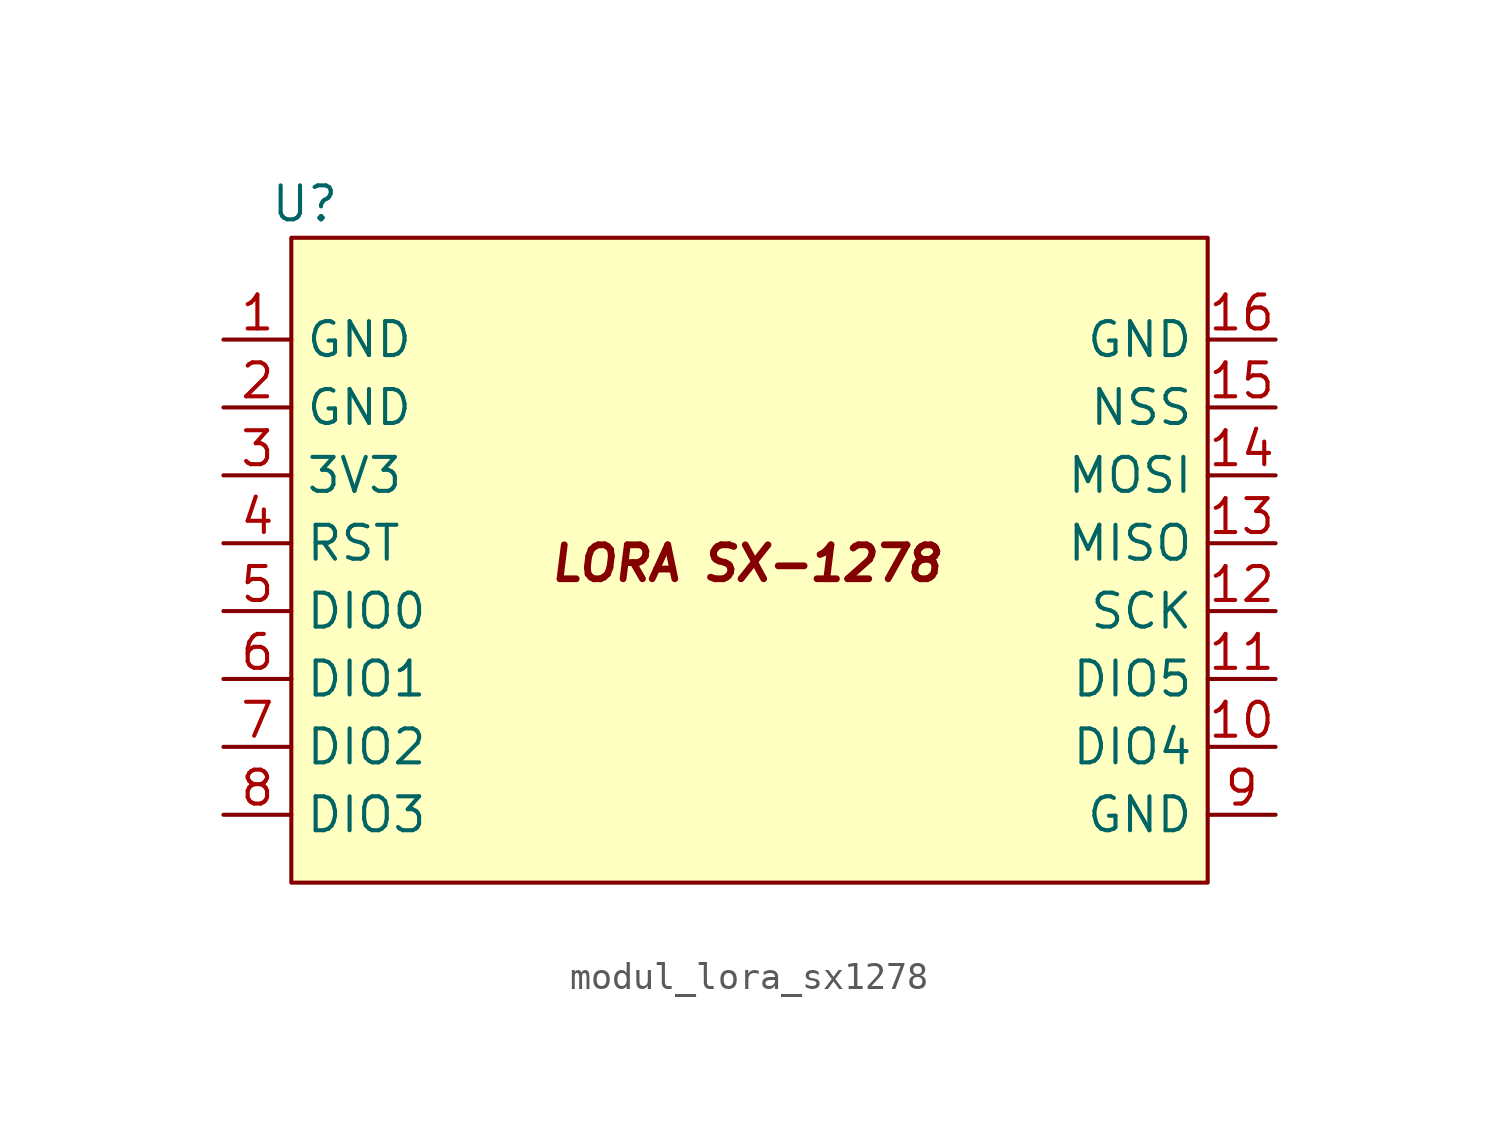
<source format=kicad_sym>
(kicad_symbol_lib
  (version 20231120)
  (generator "kicad_symbol_editor")
  (generator_version "8.0")
  (symbol "modul_lora_sx1278"
    (property "Reference" "U"
      (at -16.002 15.24 0)
      (effects (font (size 1.27 1.27))))
    (property "Value" ""
      (at 0 0 0)
      (effects (font (size 1.27 1.27))))
    (symbol "modul_lora_sx1278_1_1"
      (rectangle (start -16.51 13.97) (end 17.78 -10.16) (stroke (width 0) (type default)) (fill (type background)))
      (text "LORA SX-1278\n\n" (at 0.508 0.762 0) (effects (font (size 1.27 1.27) (bold yes) (italic yes))))
      (pin input line (at -19.05 10.16 0) (length 2.54) (name "GND" (effects (font (size 1.27 1.27)))) (number "1" (effects (font (size 1.27 1.27)))))
      (pin input line (at 20.32 -5.08 180) (length 2.54) (name "DIO4" (effects (font (size 1.27 1.27)))) (number "10" (effects (font (size 1.27 1.27)))))
      (pin input line (at 20.32 -2.54 180) (length 2.54) (name "DIO5" (effects (font (size 1.27 1.27)))) (number "11" (effects (font (size 1.27 1.27)))))
      (pin input line (at 20.32 0 180) (length 2.54) (name "SCK" (effects (font (size 1.27 1.27)))) (number "12" (effects (font (size 1.27 1.27)))))
      (pin input line (at 20.32 2.54 180) (length 2.54) (name "MISO" (effects (font (size 1.27 1.27)))) (number "13" (effects (font (size 1.27 1.27)))))
      (pin input line (at 20.32 5.08 180) (length 2.54) (name "MOSI" (effects (font (size 1.27 1.27)))) (number "14" (effects (font (size 1.27 1.27)))))
      (pin input line (at 20.32 7.62 180) (length 2.54) (name "NSS" (effects (font (size 1.27 1.27)))) (number "15" (effects (font (size 1.27 1.27)))))
      (pin input line (at 20.32 10.16 180) (length 2.54) (name "GND" (effects (font (size 1.27 1.27)))) (number "16" (effects (font (size 1.27 1.27)))))
      (pin input line (at -19.05 7.62 0) (length 2.54) (name "GND" (effects (font (size 1.27 1.27)))) (number "2" (effects (font (size 1.27 1.27)))))
      (pin input line (at -19.05 5.08 0) (length 2.54) (name "3V3" (effects (font (size 1.27 1.27)))) (number "3" (effects (font (size 1.27 1.27)))))
      (pin input line (at -19.05 2.54 0) (length 2.54) (name "RST" (effects (font (size 1.27 1.27)))) (number "4" (effects (font (size 1.27 1.27)))))
      (pin input line (at -19.05 0 0) (length 2.54) (name "DIO0" (effects (font (size 1.27 1.27)))) (number "5" (effects (font (size 1.27 1.27)))))
      (pin input line (at -19.05 -2.54 0) (length 2.54) (name "DIO1" (effects (font (size 1.27 1.27)))) (number "6" (effects (font (size 1.27 1.27)))))
      (pin input line (at -19.05 -5.08 0) (length 2.54) (name "DIO2" (effects (font (size 1.27 1.27)))) (number "7" (effects (font (size 1.27 1.27)))))
      (pin input line (at -19.05 -7.62 0) (length 2.54) (name "DIO3" (effects (font (size 1.27 1.27)))) (number "8" (effects (font (size 1.27 1.27)))))
      (pin input line (at 20.32 -7.62 180) (length 2.54) (name "GND" (effects (font (size 1.27 1.27)))) (number "9" (effects (font (size 1.27 1.27))))))))
</source>
